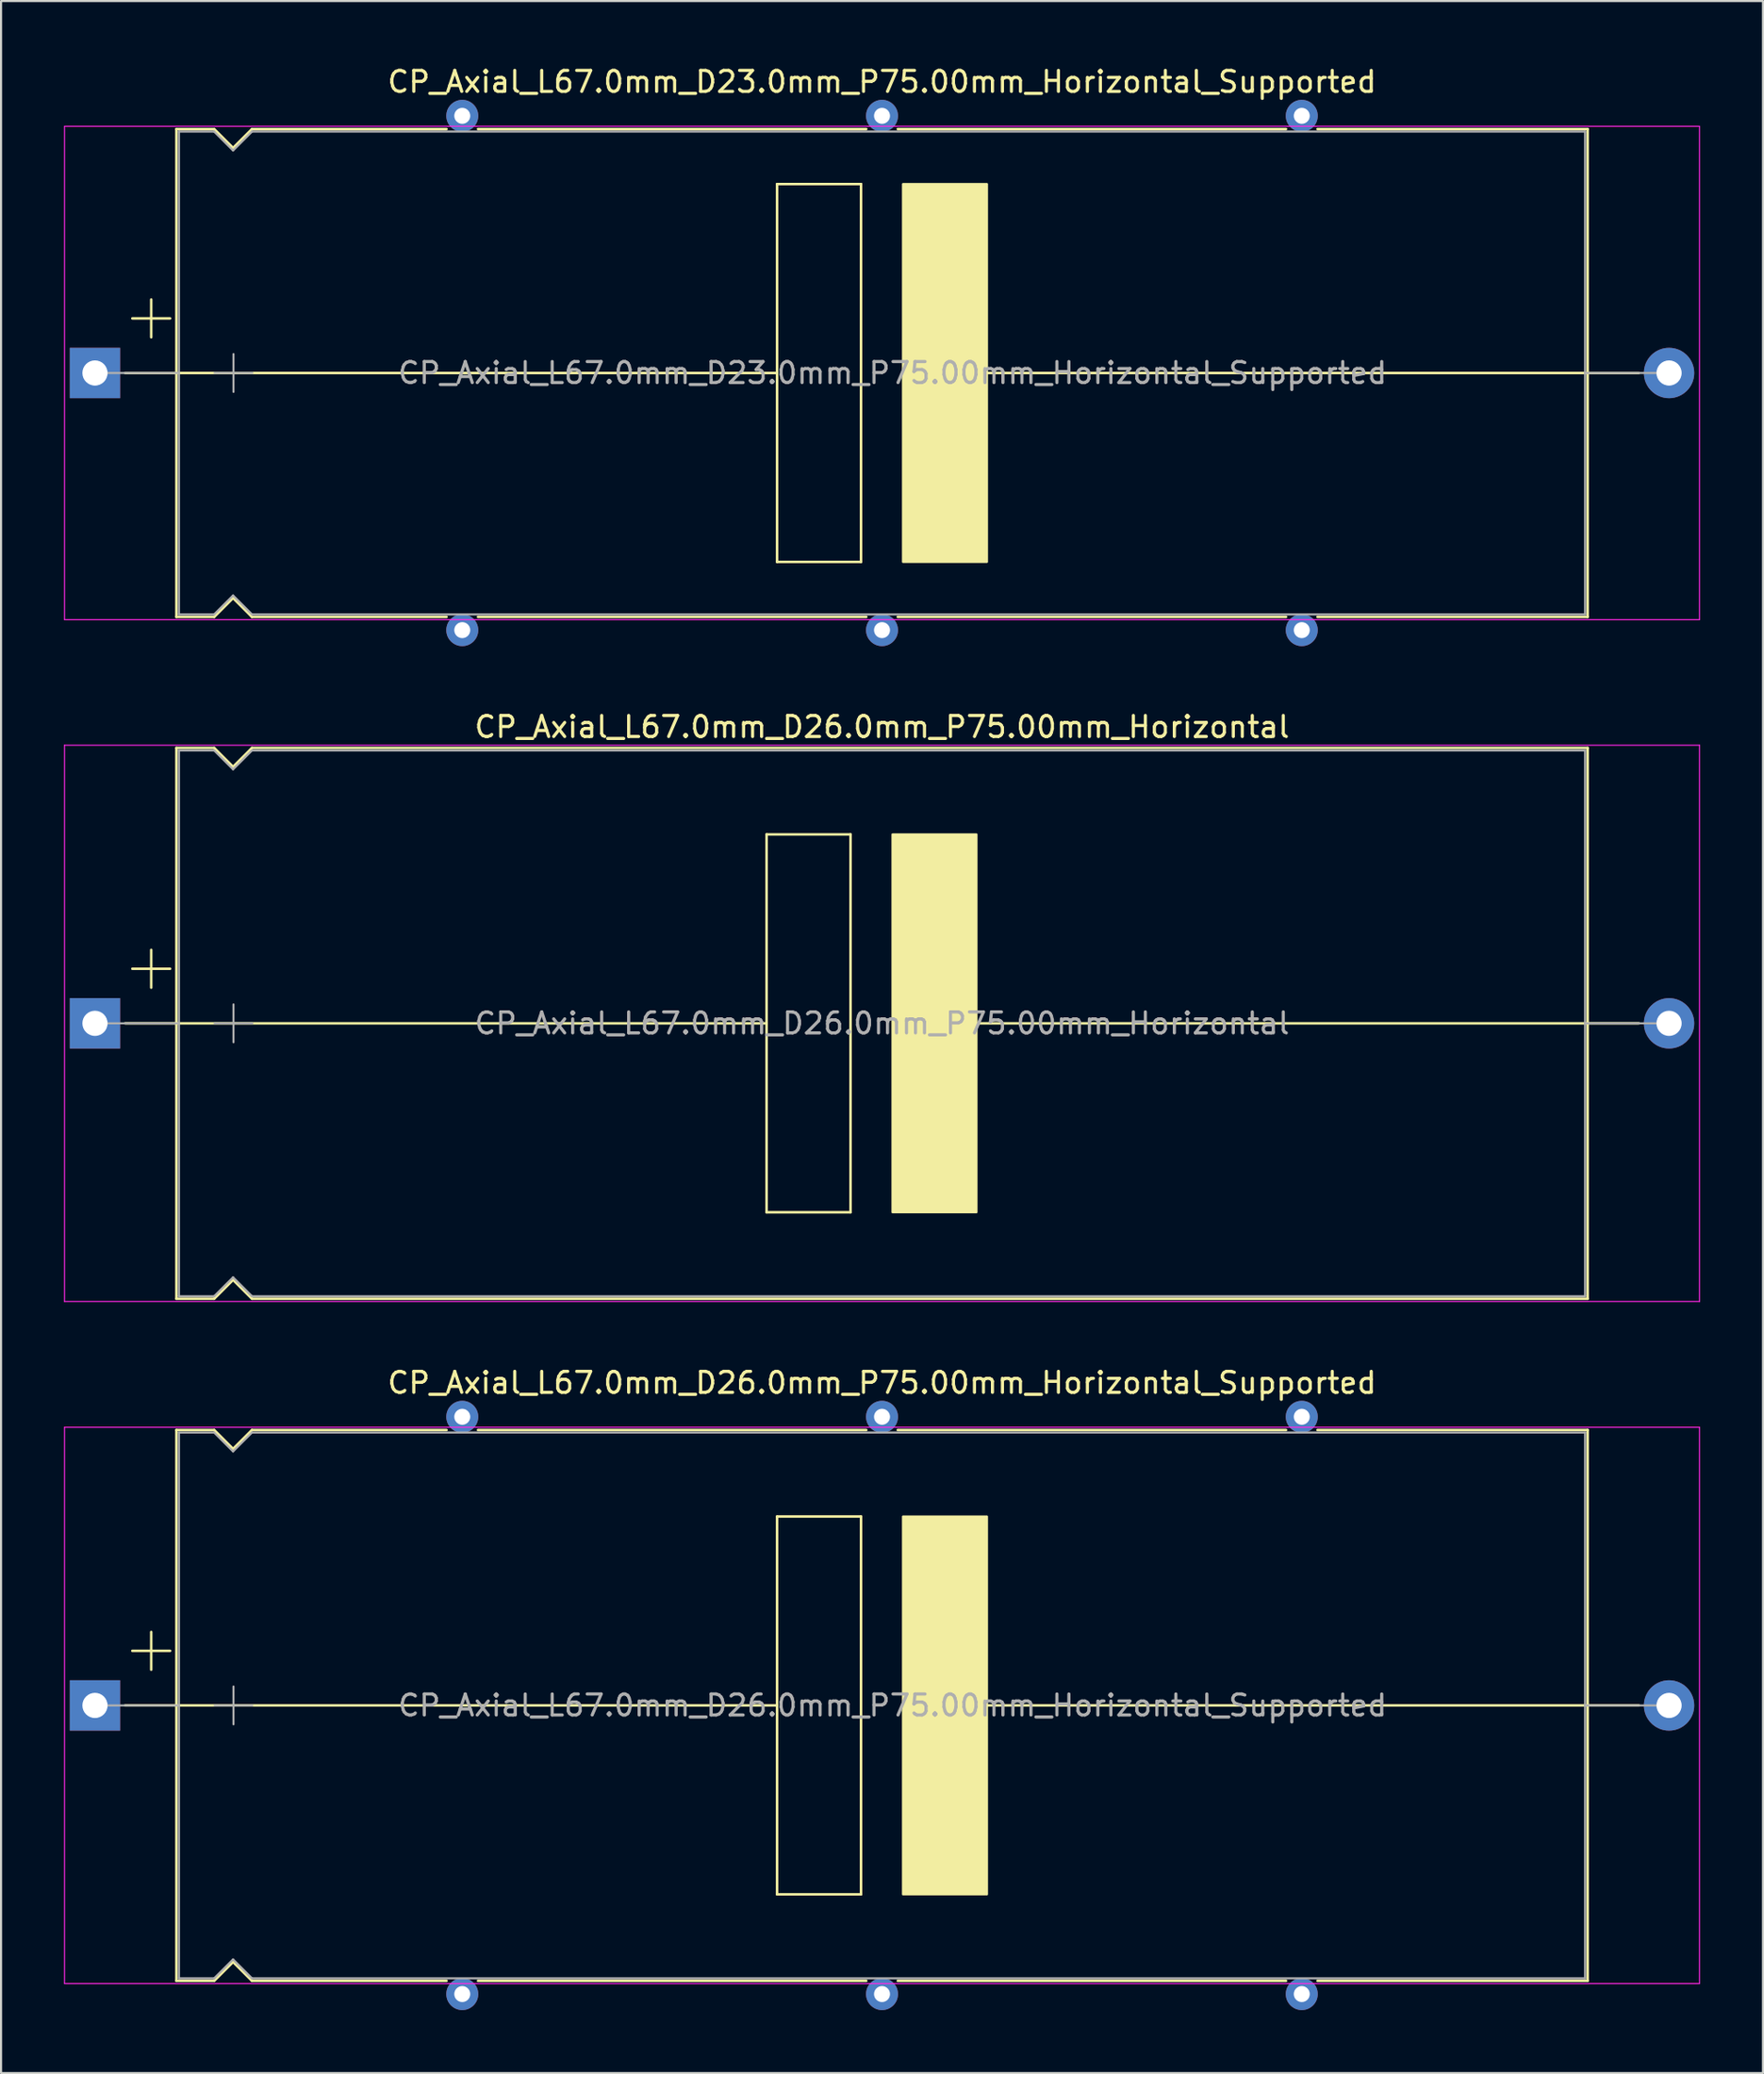
<source format=kicad_pcb>
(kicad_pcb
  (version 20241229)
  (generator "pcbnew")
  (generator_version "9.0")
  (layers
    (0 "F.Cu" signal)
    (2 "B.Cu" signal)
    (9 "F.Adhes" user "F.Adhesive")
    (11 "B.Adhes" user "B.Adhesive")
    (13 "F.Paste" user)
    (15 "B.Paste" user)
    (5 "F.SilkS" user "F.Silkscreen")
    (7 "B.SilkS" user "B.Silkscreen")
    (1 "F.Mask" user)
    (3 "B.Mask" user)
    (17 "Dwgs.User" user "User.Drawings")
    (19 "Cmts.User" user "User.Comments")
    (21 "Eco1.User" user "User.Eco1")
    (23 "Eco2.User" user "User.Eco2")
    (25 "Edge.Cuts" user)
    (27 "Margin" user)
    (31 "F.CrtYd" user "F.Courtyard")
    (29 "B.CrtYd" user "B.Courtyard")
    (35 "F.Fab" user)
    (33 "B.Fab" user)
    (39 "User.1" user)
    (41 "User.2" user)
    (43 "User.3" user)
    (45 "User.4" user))
  (footprint "CP_Axial_L67.0mm_D23.0mm_P75.00mm_Horizontal_Supported"
    (layer "F.Cu")
    (at 1.475 14.718)
    (property "Reference" "CP_Axial_L67.0mm_D23.0mm_P75.00mm_Horizontal_Supported" (at 37.5 -13.87 0) (layer "F.SilkS") (effects (font (size 1 1) (thickness 0.15))))
    (attr through_hole)
    (fp_line (start 1.44 0) (end 3.88 0) (stroke (width 0.12) (type solid)) (layer "F.SilkS"))
    (fp_line (start 1.78 -2.6) (end 3.58 -2.6) (stroke (width 0.12) (type solid)) (layer "F.SilkS"))
    (fp_line (start 2.68 -3.5) (end 2.68 -1.7) (stroke (width 0.12) (type solid)) (layer "F.SilkS"))
    (fp_line (start 3.873 0) (end 32.5 0) (stroke (width 0.12) (type solid)) (layer "F.SilkS"))
    (fp_line (start 3.88 -11.62) (end 3.88 11.62) (stroke (width 0.12) (type solid)) (layer "F.SilkS"))
    (fp_line (start 3.88 -11.62) (end 5.68 -11.62) (stroke (width 0.12) (type solid)) (layer "F.SilkS"))
    (fp_line (start 3.88 11.62) (end 5.68 11.62) (stroke (width 0.12) (type solid)) (layer "F.SilkS"))
    (fp_line (start 5.68 -11.62) (end 6.58 -10.72) (stroke (width 0.12) (type solid)) (layer "F.SilkS"))
    (fp_line (start 5.68 11.62) (end 6.58 10.72) (stroke (width 0.12) (type solid)) (layer "F.SilkS"))
    (fp_line (start 6.58 -10.72) (end 7.48 -11.62) (stroke (width 0.12) (type solid)) (layer "F.SilkS"))
    (fp_line (start 6.58 10.72) (end 7.48 11.62) (stroke (width 0.12) (type solid)) (layer "F.SilkS"))
    (fp_line (start 7.48 -11.62) (end 16.75 -11.62) (stroke (width 0.12) (type solid)) (layer "F.SilkS"))
    (fp_line (start 7.48 11.62) (end 16.75 11.62) (stroke (width 0.12) (type solid)) (layer "F.SilkS"))
    (fp_line (start 18.25 -11.62) (end 36.75 -11.62) (stroke (width 0.12) (type solid)) (layer "F.SilkS"))
    (fp_line (start 18.25 11.62) (end 36.75 11.62) (stroke (width 0.12) (type solid)) (layer "F.SilkS"))
    (fp_line (start 32.5 -9) (end 36.5 -9) (stroke (width 0.12) (type solid)) (layer "F.SilkS"))
    (fp_line (start 32.5 9) (end 32.5 -9) (stroke (width 0.12) (type solid)) (layer "F.SilkS"))
    (fp_line (start 36.5 -9) (end 36.5 9) (stroke (width 0.12) (type solid)) (layer "F.SilkS"))
    (fp_line (start 36.5 9) (end 32.5 9) (stroke (width 0.12) (type solid)) (layer "F.SilkS"))
    (fp_line (start 38.25 -11.62) (end 56.75 -11.62) (stroke (width 0.12) (type solid)) (layer "F.SilkS"))
    (fp_line (start 38.25 11.62) (end 56.75 11.62) (stroke (width 0.12) (type solid)) (layer "F.SilkS"))
    (fp_line (start 42 0) (end 71.12 0) (stroke (width 0.12) (type solid)) (layer "F.SilkS"))
    (fp_line (start 58.25 -11.62) (end 71.12 -11.62) (stroke (width 0.12) (type solid)) (layer "F.SilkS"))
    (fp_line (start 58.25 11.62) (end 71.12 11.62) (stroke (width 0.12) (type solid)) (layer "F.SilkS"))
    (fp_line (start 71.12 -11.62) (end 71.12 11.62) (stroke (width 0.12) (type solid)) (layer "F.SilkS"))
    (fp_line (start 73.56 0) (end 71.12 0) (stroke (width 0.12) (type solid)) (layer "F.SilkS"))
    (fp_poly (pts (xy 42.5 9) (xy 38.5 9) (xy 38.5 -9) (xy 42.5 -9)) (stroke (width 0.1) (type solid)) (fill yes) (layer "F.SilkS"))
    (fp_line (start -1.45 -11.75) (end -1.45 11.75) (stroke (width 0.05) (type solid)) (layer "F.CrtYd"))
    (fp_line (start -1.45 11.75) (end 76.45 11.75) (stroke (width 0.05) (type solid)) (layer "F.CrtYd"))
    (fp_line (start 76.45 -11.75) (end -1.45 -11.75) (stroke (width 0.05) (type solid)) (layer "F.CrtYd"))
    (fp_line (start 76.45 11.75) (end 76.45 -11.75) (stroke (width 0.05) (type solid)) (layer "F.CrtYd"))
    (fp_line (start 0 0) (end 4 0) (stroke (width 0.1) (type solid)) (layer "F.Fab"))
    (fp_line (start 4 -11.5) (end 4 11.5) (stroke (width 0.1) (type solid)) (layer "F.Fab"))
    (fp_line (start 4 -11.5) (end 5.68 -11.5) (stroke (width 0.1) (type solid)) (layer "F.Fab"))
    (fp_line (start 4 11.5) (end 5.68 11.5) (stroke (width 0.1) (type solid)) (layer "F.Fab"))
    (fp_line (start 5.68 -11.5) (end 6.58 -10.6) (stroke (width 0.1) (type solid)) (layer "F.Fab"))
    (fp_line (start 5.68 11.5) (end 6.58 10.6) (stroke (width 0.1) (type solid)) (layer "F.Fab"))
    (fp_line (start 5.7 0) (end 7.5 0) (stroke (width 0.1) (type solid)) (layer "F.Fab"))
    (fp_line (start 6.58 -10.6) (end 7.48 -11.5) (stroke (width 0.1) (type solid)) (layer "F.Fab"))
    (fp_line (start 6.58 10.6) (end 7.48 11.5) (stroke (width 0.1) (type solid)) (layer "F.Fab"))
    (fp_line (start 6.6 -0.9) (end 6.6 0.9) (stroke (width 0.1) (type solid)) (layer "F.Fab"))
    (fp_line (start 7.48 -11.5) (end 71 -11.5) (stroke (width 0.1) (type solid)) (layer "F.Fab"))
    (fp_line (start 7.48 11.5) (end 71 11.5) (stroke (width 0.1) (type solid)) (layer "F.Fab"))
    (fp_line (start 71 -11.5) (end 71 11.5) (stroke (width 0.1) (type solid)) (layer "F.Fab"))
    (fp_line (start 75 0) (end 71 0) (stroke (width 0.1) (type solid)) (layer "F.Fab"))
    (fp_text user "${REFERENCE}" (at 38 0 0) (layer "F.Fab") (effects (font (size 1 1) (thickness 0.15))))
    (pad "" thru_hole circle (at 17.5 -12.25) (size 1.524 1.524) (drill 0.762) (layers "*.Cu" "*.Mask"))
    (pad "" thru_hole circle (at 17.5 12.25) (size 1.524 1.524) (drill 0.762) (layers "*.Cu" "*.Mask"))
    (pad "" thru_hole circle (at 37.5 -12.25) (size 1.524 1.524) (drill 0.762) (layers "*.Cu" "*.Mask"))
    (pad "" thru_hole circle (at 37.5 12.25) (size 1.524 1.524) (drill 0.762) (layers "*.Cu" "*.Mask"))
    (pad "" thru_hole circle (at 57.5 -12.25) (size 1.524 1.524) (drill 0.762) (layers "*.Cu" "*.Mask"))
    (pad "" thru_hole circle (at 57.5 12.25) (size 1.524 1.524) (drill 0.762) (layers "*.Cu" "*.Mask"))
    (pad "1" thru_hole rect (at 0 0) (size 2.4 2.4) (drill 1.2) (layers "*.Cu" "*.Mask"))
    (pad "2" thru_hole oval (at 75 0) (size 2.4 2.4) (drill 1.2) (layers "*.Cu" "*.Mask")))
  (footprint "CP_Axial_L67.0mm_D26.0mm_P75.00mm_Horizontal"
    (layer "F.Cu")
    (at 1.475 45.699)
    (property "Reference" "CP_Axial_L67.0mm_D26.0mm_P75.00mm_Horizontal" (at 37.5 -14.12 0) (layer "F.SilkS") (effects (font (size 1 1) (thickness 0.15))))
    (attr through_hole)
    (fp_line (start 1.44 0) (end 3.88 0) (stroke (width 0.12) (type solid)) (layer "F.SilkS"))
    (fp_line (start 1.78 -2.6) (end 3.58 -2.6) (stroke (width 0.12) (type solid)) (layer "F.SilkS"))
    (fp_line (start 2.68 -3.5) (end 2.68 -1.7) (stroke (width 0.12) (type solid)) (layer "F.SilkS"))
    (fp_line (start 3.88 -13.12) (end 3.88 13.12) (stroke (width 0.12) (type solid)) (layer "F.SilkS"))
    (fp_line (start 3.88 -13.12) (end 5.68 -13.12) (stroke (width 0.12) (type solid)) (layer "F.SilkS"))
    (fp_line (start 3.88 0) (end 32 0) (stroke (width 0.12) (type solid)) (layer "F.SilkS"))
    (fp_line (start 3.88 13.12) (end 5.68 13.12) (stroke (width 0.12) (type solid)) (layer "F.SilkS"))
    (fp_line (start 5.68 -13.12) (end 6.58 -12.22) (stroke (width 0.12) (type solid)) (layer "F.SilkS"))
    (fp_line (start 5.68 13.12) (end 6.58 12.22) (stroke (width 0.12) (type solid)) (layer "F.SilkS"))
    (fp_line (start 6.58 -12.22) (end 7.48 -13.12) (stroke (width 0.12) (type solid)) (layer "F.SilkS"))
    (fp_line (start 6.58 12.22) (end 7.48 13.12) (stroke (width 0.12) (type solid)) (layer "F.SilkS"))
    (fp_line (start 7.48 -13.12) (end 71.12 -13.12) (stroke (width 0.12) (type solid)) (layer "F.SilkS"))
    (fp_line (start 7.48 13.12) (end 71.12 13.12) (stroke (width 0.12) (type solid)) (layer "F.SilkS"))
    (fp_line (start 32 -9) (end 36 -9) (stroke (width 0.12) (type solid)) (layer "F.SilkS"))
    (fp_line (start 32 9) (end 32 -9) (stroke (width 0.12) (type solid)) (layer "F.SilkS"))
    (fp_line (start 36 -9) (end 36 9) (stroke (width 0.12) (type solid)) (layer "F.SilkS"))
    (fp_line (start 36 9) (end 32 9) (stroke (width 0.12) (type solid)) (layer "F.SilkS"))
    (fp_line (start 42 0) (end 71.12 0) (stroke (width 0.12) (type solid)) (layer "F.SilkS"))
    (fp_line (start 71.12 -13.12) (end 71.12 13.12) (stroke (width 0.12) (type solid)) (layer "F.SilkS"))
    (fp_line (start 73.56 0) (end 71.12 0) (stroke (width 0.12) (type solid)) (layer "F.SilkS"))
    (fp_poly (pts (xy 42 9) (xy 38 9) (xy 38 -9) (xy 42 -9)) (stroke (width 0.1) (type solid)) (fill yes) (layer "F.SilkS"))
    (fp_line (start -1.45 -13.25) (end -1.45 13.25) (stroke (width 0.05) (type solid)) (layer "F.CrtYd"))
    (fp_line (start -1.45 13.25) (end 76.45 13.25) (stroke (width 0.05) (type solid)) (layer "F.CrtYd"))
    (fp_line (start 76.45 -13.25) (end -1.45 -13.25) (stroke (width 0.05) (type solid)) (layer "F.CrtYd"))
    (fp_line (start 76.45 13.25) (end 76.45 -13.25) (stroke (width 0.05) (type solid)) (layer "F.CrtYd"))
    (fp_line (start 0 0) (end 4 0) (stroke (width 0.1) (type solid)) (layer "F.Fab"))
    (fp_line (start 4 -13) (end 4 13) (stroke (width 0.1) (type solid)) (layer "F.Fab"))
    (fp_line (start 4 -13) (end 5.68 -13) (stroke (width 0.1) (type solid)) (layer "F.Fab"))
    (fp_line (start 4 13) (end 5.68 13) (stroke (width 0.1) (type solid)) (layer "F.Fab"))
    (fp_line (start 5.68 -13) (end 6.58 -12.1) (stroke (width 0.1) (type solid)) (layer "F.Fab"))
    (fp_line (start 5.68 13) (end 6.58 12.1) (stroke (width 0.1) (type solid)) (layer "F.Fab"))
    (fp_line (start 5.7 0) (end 7.5 0) (stroke (width 0.1) (type solid)) (layer "F.Fab"))
    (fp_line (start 6.58 -12.1) (end 7.48 -13) (stroke (width 0.1) (type solid)) (layer "F.Fab"))
    (fp_line (start 6.58 12.1) (end 7.48 13) (stroke (width 0.1) (type solid)) (layer "F.Fab"))
    (fp_line (start 6.6 -0.9) (end 6.6 0.9) (stroke (width 0.1) (type solid)) (layer "F.Fab"))
    (fp_line (start 7.48 -13) (end 71 -13) (stroke (width 0.1) (type solid)) (layer "F.Fab"))
    (fp_line (start 7.48 13) (end 71 13) (stroke (width 0.1) (type solid)) (layer "F.Fab"))
    (fp_line (start 71 -13) (end 71 13) (stroke (width 0.1) (type solid)) (layer "F.Fab"))
    (fp_line (start 75 0) (end 71 0) (stroke (width 0.1) (type solid)) (layer "F.Fab"))
    (fp_text user "${REFERENCE}" (at 37.5 0 0) (layer "F.Fab") (effects (font (size 1 1) (thickness 0.15))))
    (pad "1" thru_hole rect (at 0 0) (size 2.4 2.4) (drill 1.2) (layers "*.Cu" "*.Mask"))
    (pad "2" thru_hole oval (at 75 0) (size 2.4 2.4) (drill 1.2) (layers "*.Cu" "*.Mask")))
  (footprint "CP_Axial_L67.0mm_D26.0mm_P75.00mm_Horizontal_Supported"
    (layer "F.Cu")
    (at 1.475 78.192)
    (property "Reference" "CP_Axial_L67.0mm_D26.0mm_P75.00mm_Horizontal_Supported" (at 37.5 -15.37 0) (layer "F.SilkS") (effects (font (size 1 1) (thickness 0.15))))
    (attr through_hole)
    (fp_line (start 1.44 0) (end 3.88 0) (stroke (width 0.12) (type solid)) (layer "F.SilkS"))
    (fp_line (start 1.78 -2.6) (end 3.58 -2.6) (stroke (width 0.12) (type solid)) (layer "F.SilkS"))
    (fp_line (start 2.68 -3.5) (end 2.68 -1.7) (stroke (width 0.12) (type solid)) (layer "F.SilkS"))
    (fp_line (start 3.873 0) (end 32.5 0) (stroke (width 0.12) (type solid)) (layer "F.SilkS"))
    (fp_line (start 3.88 -13.12) (end 3.88 13.12) (stroke (width 0.12) (type solid)) (layer "F.SilkS"))
    (fp_line (start 3.88 -13.12) (end 5.68 -13.12) (stroke (width 0.12) (type solid)) (layer "F.SilkS"))
    (fp_line (start 3.88 13.12) (end 5.68 13.12) (stroke (width 0.12) (type solid)) (layer "F.SilkS"))
    (fp_line (start 5.68 -13.12) (end 6.58 -12.22) (stroke (width 0.12) (type solid)) (layer "F.SilkS"))
    (fp_line (start 5.68 13.12) (end 6.58 12.22) (stroke (width 0.12) (type solid)) (layer "F.SilkS"))
    (fp_line (start 6.58 -12.22) (end 7.48 -13.12) (stroke (width 0.12) (type solid)) (layer "F.SilkS"))
    (fp_line (start 6.58 12.22) (end 7.48 13.12) (stroke (width 0.12) (type solid)) (layer "F.SilkS"))
    (fp_line (start 7.48 -13.12) (end 16.75 -13.12) (stroke (width 0.12) (type solid)) (layer "F.SilkS"))
    (fp_line (start 7.48 13.12) (end 16.75 13.12) (stroke (width 0.12) (type solid)) (layer "F.SilkS"))
    (fp_line (start 18.25 -13.12) (end 36.75 -13.12) (stroke (width 0.12) (type solid)) (layer "F.SilkS"))
    (fp_line (start 18.25 13.12) (end 36.75 13.12) (stroke (width 0.12) (type solid)) (layer "F.SilkS"))
    (fp_line (start 32.5 -9) (end 36.5 -9) (stroke (width 0.12) (type solid)) (layer "F.SilkS"))
    (fp_line (start 32.5 9) (end 32.5 -9) (stroke (width 0.12) (type solid)) (layer "F.SilkS"))
    (fp_line (start 36.5 -9) (end 36.5 9) (stroke (width 0.12) (type solid)) (layer "F.SilkS"))
    (fp_line (start 36.5 9) (end 32.5 9) (stroke (width 0.12) (type solid)) (layer "F.SilkS"))
    (fp_line (start 38.25 -13.12) (end 56.75 -13.12) (stroke (width 0.12) (type solid)) (layer "F.SilkS"))
    (fp_line (start 38.25 13.12) (end 56.75 13.12) (stroke (width 0.12) (type solid)) (layer "F.SilkS"))
    (fp_line (start 42 0) (end 71.12 0) (stroke (width 0.12) (type solid)) (layer "F.SilkS"))
    (fp_line (start 58.25 -13.12) (end 71.12 -13.12) (stroke (width 0.12) (type solid)) (layer "F.SilkS"))
    (fp_line (start 58.25 13.12) (end 71.12 13.12) (stroke (width 0.12) (type solid)) (layer "F.SilkS"))
    (fp_line (start 71.12 -13.12) (end 71.12 13.12) (stroke (width 0.12) (type solid)) (layer "F.SilkS"))
    (fp_line (start 73.56 0) (end 71.12 0) (stroke (width 0.12) (type solid)) (layer "F.SilkS"))
    (fp_poly (pts (xy 42.5 9) (xy 38.5 9) (xy 38.5 -9) (xy 42.5 -9)) (stroke (width 0.1) (type solid)) (fill yes) (layer "F.SilkS"))
    (fp_line (start -1.45 -13.25) (end -1.45 13.25) (stroke (width 0.05) (type solid)) (layer "F.CrtYd"))
    (fp_line (start -1.45 13.25) (end 76.45 13.25) (stroke (width 0.05) (type solid)) (layer "F.CrtYd"))
    (fp_line (start 76.45 -13.25) (end -1.45 -13.25) (stroke (width 0.05) (type solid)) (layer "F.CrtYd"))
    (fp_line (start 76.45 13.25) (end 76.45 -13.25) (stroke (width 0.05) (type solid)) (layer "F.CrtYd"))
    (fp_line (start 0 0) (end 4 0) (stroke (width 0.1) (type solid)) (layer "F.Fab"))
    (fp_line (start 4 -13) (end 4 13) (stroke (width 0.1) (type solid)) (layer "F.Fab"))
    (fp_line (start 4 -13) (end 5.68 -13) (stroke (width 0.1) (type solid)) (layer "F.Fab"))
    (fp_line (start 4 13) (end 5.68 13) (stroke (width 0.1) (type solid)) (layer "F.Fab"))
    (fp_line (start 5.68 -13) (end 6.58 -12.1) (stroke (width 0.1) (type solid)) (layer "F.Fab"))
    (fp_line (start 5.68 13) (end 6.58 12.1) (stroke (width 0.1) (type solid)) (layer "F.Fab"))
    (fp_line (start 5.7 0) (end 7.5 0) (stroke (width 0.1) (type solid)) (layer "F.Fab"))
    (fp_line (start 6.58 -12.1) (end 7.48 -13) (stroke (width 0.1) (type solid)) (layer "F.Fab"))
    (fp_line (start 6.58 12.1) (end 7.48 13) (stroke (width 0.1) (type solid)) (layer "F.Fab"))
    (fp_line (start 6.6 -0.9) (end 6.6 0.9) (stroke (width 0.1) (type solid)) (layer "F.Fab"))
    (fp_line (start 7.48 -13) (end 71 -13) (stroke (width 0.1) (type solid)) (layer "F.Fab"))
    (fp_line (start 7.48 13) (end 71 13) (stroke (width 0.1) (type solid)) (layer "F.Fab"))
    (fp_line (start 71 -13) (end 71 13) (stroke (width 0.1) (type solid)) (layer "F.Fab"))
    (fp_line (start 75 0) (end 71 0) (stroke (width 0.1) (type solid)) (layer "F.Fab"))
    (fp_text user "${REFERENCE}" (at 38 0 0) (layer "F.Fab") (effects (font (size 1 1) (thickness 0.15))))
    (pad "" thru_hole circle (at 17.5 -13.75) (size 1.524 1.524) (drill 0.762) (layers "*.Cu" "*.Mask"))
    (pad "" thru_hole circle (at 17.5 13.75) (size 1.524 1.524) (drill 0.762) (layers "*.Cu" "*.Mask"))
    (pad "" thru_hole circle (at 37.5 -13.75) (size 1.524 1.524) (drill 0.762) (layers "*.Cu" "*.Mask"))
    (pad "" thru_hole circle (at 37.5 13.75) (size 1.524 1.524) (drill 0.762) (layers "*.Cu" "*.Mask"))
    (pad "" thru_hole circle (at 57.5 -13.75) (size 1.524 1.524) (drill 0.762) (layers "*.Cu" "*.Mask"))
    (pad "" thru_hole circle (at 57.5 13.75) (size 1.524 1.524) (drill 0.762) (layers "*.Cu" "*.Mask"))
    (pad "1" thru_hole rect (at 0 0) (size 2.4 2.4) (drill 1.2) (layers "*.Cu" "*.Mask"))
    (pad "2" thru_hole oval (at 75 0) (size 2.4 2.4) (drill 1.2) (layers "*.Cu" "*.Mask")))
  (gr_rect
    (start -3 -3)
    (end 80.95 95.704)
    (stroke (width 0.1) (type default))
    (fill no)
    (layer "Edge.Cuts")))
</source>
